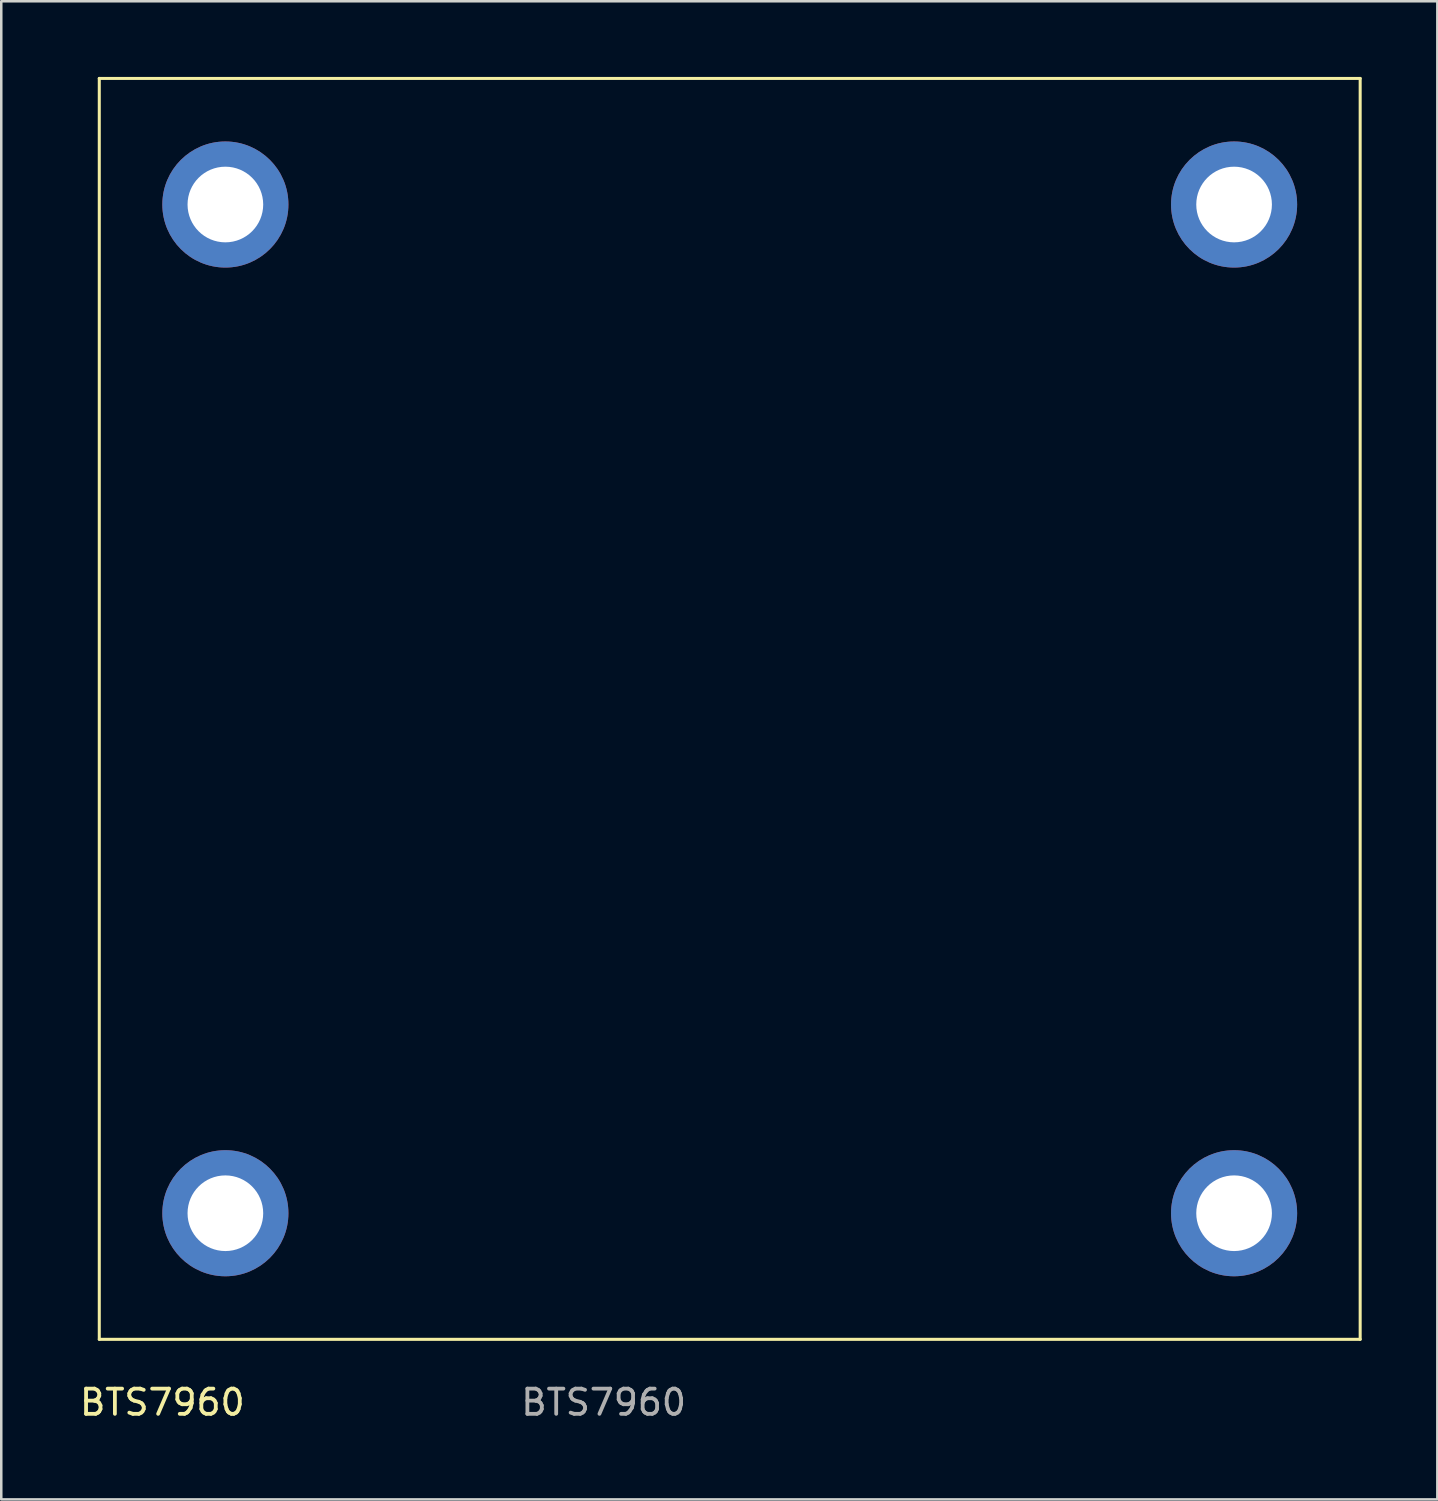
<source format=kicad_pcb>
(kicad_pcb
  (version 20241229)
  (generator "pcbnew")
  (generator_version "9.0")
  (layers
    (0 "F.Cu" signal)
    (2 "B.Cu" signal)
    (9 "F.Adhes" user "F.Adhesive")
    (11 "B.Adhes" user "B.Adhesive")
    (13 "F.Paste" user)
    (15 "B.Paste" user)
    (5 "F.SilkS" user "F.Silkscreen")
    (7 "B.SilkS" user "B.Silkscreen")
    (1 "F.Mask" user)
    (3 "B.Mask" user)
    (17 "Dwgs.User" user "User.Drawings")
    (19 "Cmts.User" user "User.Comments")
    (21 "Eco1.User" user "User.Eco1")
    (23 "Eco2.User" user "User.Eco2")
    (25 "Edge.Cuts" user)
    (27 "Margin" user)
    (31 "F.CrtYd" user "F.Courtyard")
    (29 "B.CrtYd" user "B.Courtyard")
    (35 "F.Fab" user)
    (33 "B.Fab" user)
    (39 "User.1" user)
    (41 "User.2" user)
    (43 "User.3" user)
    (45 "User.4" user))
  (footprint "BTS7960"
    (layer "F.Cu")
    (at 25.887 25.06)
    (property "Reference" "BTS7960" (at -22.5 27.5 0) (unlocked yes) (layer "F.SilkS") (effects (font (size 1 1) (thickness 0.15))))
    (attr through_hole)
    (fp_line (start -25 -25) (end 25 -25) (stroke (width 0.12) (type solid)) (layer "F.SilkS"))
    (fp_line (start -25 25) (end -25 -25) (stroke (width 0.12) (type solid)) (layer "F.SilkS"))
    (fp_line (start -25 25) (end 25 25) (stroke (width 0.12) (type solid)) (layer "F.SilkS"))
    (fp_line (start 25 25) (end 25 -25) (stroke (width 0.12) (type solid)) (layer "F.SilkS"))
    (fp_text user "${REFERENCE}" (at -5 27.5 0) (unlocked yes) (layer "F.Fab") (effects (font (size 1 1) (thickness 0.15))))
    (pad "1" thru_hole circle (at -20 -20) (size 5 5) (drill 3) (layers "*.Cu" "*.Mask"))
    (pad "1" thru_hole circle (at -20 20) (size 5 5) (drill 3) (layers "*.Cu" "*.Mask"))
    (pad "1" thru_hole circle (at 20 -20) (size 5 5) (drill 3) (layers "*.Cu" "*.Mask"))
    (pad "1" thru_hole circle (at 20 20) (size 5 5) (drill 3) (layers "*.Cu" "*.Mask")))
  (gr_rect
    (start -3 -3)
    (end 53.947 56.408)
    (stroke (width 0.1) (type default))
    (fill no)
    (layer "Edge.Cuts")))
</source>
